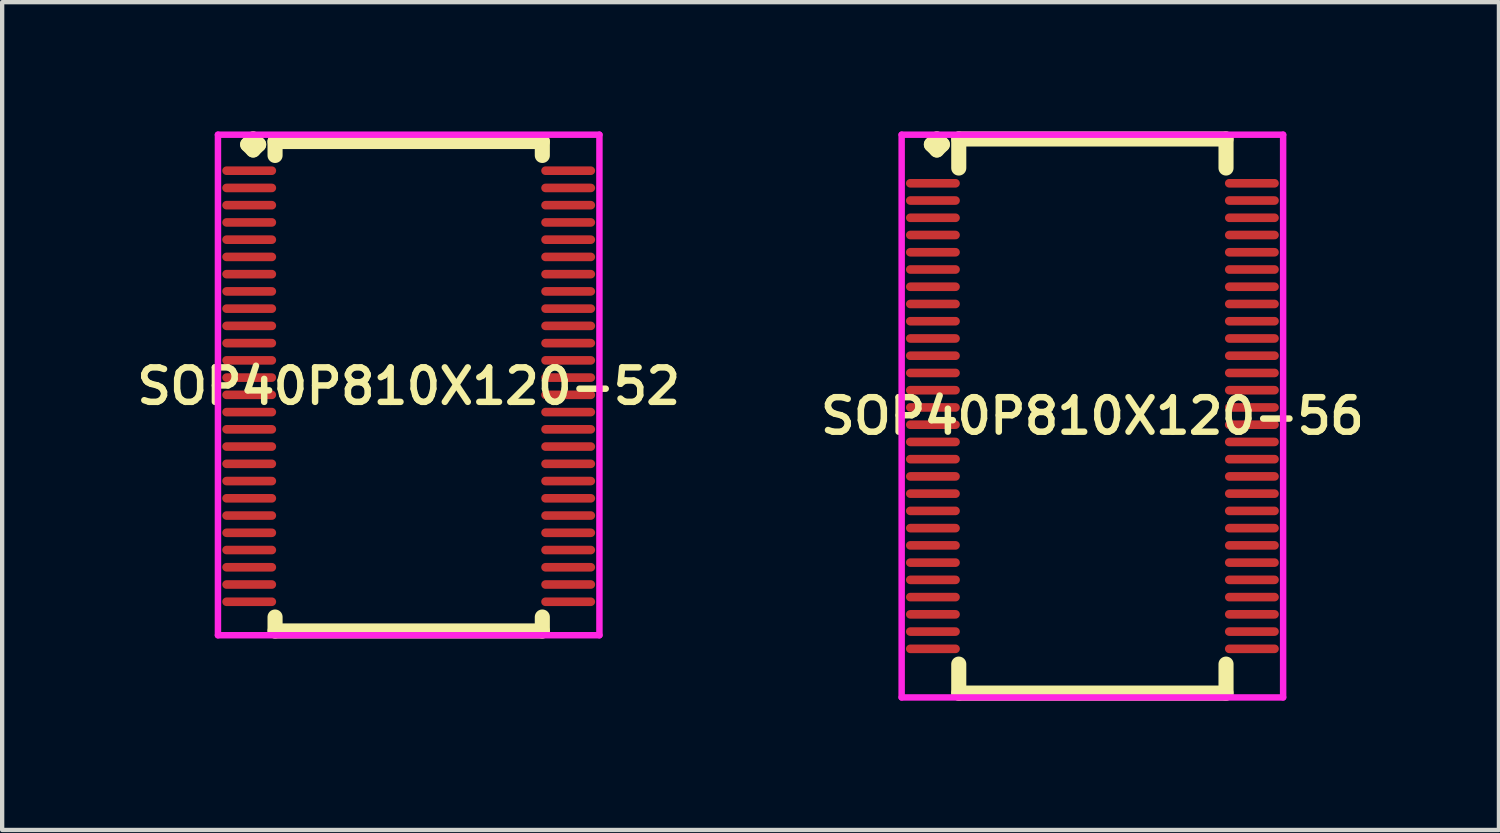
<source format=kicad_pcb>
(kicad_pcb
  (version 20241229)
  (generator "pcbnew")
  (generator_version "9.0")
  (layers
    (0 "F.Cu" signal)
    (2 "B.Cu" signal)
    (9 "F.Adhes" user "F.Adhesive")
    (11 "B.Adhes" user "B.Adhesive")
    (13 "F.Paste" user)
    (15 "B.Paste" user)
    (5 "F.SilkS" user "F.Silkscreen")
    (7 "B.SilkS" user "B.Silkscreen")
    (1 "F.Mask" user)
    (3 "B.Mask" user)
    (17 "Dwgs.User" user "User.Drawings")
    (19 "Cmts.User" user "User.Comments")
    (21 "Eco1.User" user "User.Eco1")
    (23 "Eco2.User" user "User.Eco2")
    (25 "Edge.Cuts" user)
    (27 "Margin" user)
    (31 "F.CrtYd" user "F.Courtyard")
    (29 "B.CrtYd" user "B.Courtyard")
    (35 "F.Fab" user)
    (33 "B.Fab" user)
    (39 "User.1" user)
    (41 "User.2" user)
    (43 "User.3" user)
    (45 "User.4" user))
  (footprint "SOP40P810X120-52"
    (layer "F.Cu")
    (at 6.431 5.91)
    (property "Reference" "SOP40P810X120-52" (at 0 0 0) (layer "F.SilkS") (effects (font (size 0.8 0.8) (thickness 0.15))))
    (attr smd)
    (fp_line (start -3.735 -5.608) (end -3.608 -5.735) (stroke (width 0.35) (type solid)) (layer "F.SilkS"))
    (fp_line (start -3.608 -5.735) (end -3.481 -5.608) (stroke (width 0.35) (type solid)) (layer "F.SilkS"))
    (fp_line (start -3.608 -5.481) (end -3.735 -5.608) (stroke (width 0.35) (type solid)) (layer "F.SilkS"))
    (fp_line (start -3.481 -5.608) (end -3.608 -5.481) (stroke (width 0.35) (type solid)) (layer "F.SilkS"))
    (fp_line (start -3.1 -5.677) (end 3.1 -5.677) (stroke (width 0.35) (type solid)) (layer "F.SilkS"))
    (fp_line (start -3.1 -5.354) (end -3.1 -5.677) (stroke (width 0.35) (type solid)) (layer "F.SilkS"))
    (fp_line (start -3.1 5.354) (end -3.1 5.677) (stroke (width 0.35) (type solid)) (layer "F.SilkS"))
    (fp_line (start -3.1 5.677) (end 3.1 5.677) (stroke (width 0.35) (type solid)) (layer "F.SilkS"))
    (fp_line (start 3.1 -5.677) (end 3.1 -5.354) (stroke (width 0.35) (type solid)) (layer "F.SilkS"))
    (fp_line (start 3.1 5.677) (end 3.1 5.354) (stroke (width 0.35) (type solid)) (layer "F.SilkS"))
    (fp_line (start -4.425 -5.835) (end 4.425 -5.835) (stroke (width 0.15) (type solid)) (layer "F.CrtYd"))
    (fp_line (start -4.425 5.777) (end -4.425 -5.835) (stroke (width 0.15) (type solid)) (layer "F.CrtYd"))
    (fp_line (start 4.425 -5.835) (end 4.425 5.777) (stroke (width 0.15) (type solid)) (layer "F.CrtYd"))
    (fp_line (start 4.425 5.777) (end -4.425 5.777) (stroke (width 0.15) (type solid)) (layer "F.CrtYd"))
    (pad "1" smd oval (at -3.7 -5) (size 1.25 0.2) (layers "F.Cu" "F.Mask" "F.Paste"))
    (pad "2" smd oval (at -3.7 -4.6) (size 1.25 0.2) (layers "F.Cu" "F.Mask" "F.Paste"))
    (pad "3" smd oval (at -3.7 -4.2) (size 1.25 0.2) (layers "F.Cu" "F.Mask" "F.Paste"))
    (pad "4" smd oval (at -3.7 -3.8) (size 1.25 0.2) (layers "F.Cu" "F.Mask" "F.Paste"))
    (pad "5" smd oval (at -3.7 -3.4) (size 1.25 0.2) (layers "F.Cu" "F.Mask" "F.Paste"))
    (pad "6" smd oval (at -3.7 -3) (size 1.25 0.2) (layers "F.Cu" "F.Mask" "F.Paste"))
    (pad "7" smd oval (at -3.7 -2.6) (size 1.25 0.2) (layers "F.Cu" "F.Mask" "F.Paste"))
    (pad "8" smd oval (at -3.7 -2.2) (size 1.25 0.2) (layers "F.Cu" "F.Mask" "F.Paste"))
    (pad "9" smd oval (at -3.7 -1.8) (size 1.25 0.2) (layers "F.Cu" "F.Mask" "F.Paste"))
    (pad "10" smd oval (at -3.7 -1.4) (size 1.25 0.2) (layers "F.Cu" "F.Mask" "F.Paste"))
    (pad "11" smd oval (at -3.7 -1) (size 1.25 0.2) (layers "F.Cu" "F.Mask" "F.Paste"))
    (pad "12" smd oval (at -3.7 -0.6) (size 1.25 0.2) (layers "F.Cu" "F.Mask" "F.Paste"))
    (pad "13" smd oval (at -3.7 -0.2) (size 1.25 0.2) (layers "F.Cu" "F.Mask" "F.Paste"))
    (pad "14" smd oval (at -3.7 0.2) (size 1.25 0.2) (layers "F.Cu" "F.Mask" "F.Paste"))
    (pad "15" smd oval (at -3.7 0.6) (size 1.25 0.2) (layers "F.Cu" "F.Mask" "F.Paste"))
    (pad "16" smd oval (at -3.7 1) (size 1.25 0.2) (layers "F.Cu" "F.Mask" "F.Paste"))
    (pad "17" smd oval (at -3.7 1.4) (size 1.25 0.2) (layers "F.Cu" "F.Mask" "F.Paste"))
    (pad "18" smd oval (at -3.7 1.8) (size 1.25 0.2) (layers "F.Cu" "F.Mask" "F.Paste"))
    (pad "19" smd oval (at -3.7 2.2) (size 1.25 0.2) (layers "F.Cu" "F.Mask" "F.Paste"))
    (pad "20" smd oval (at -3.7 2.6) (size 1.25 0.2) (layers "F.Cu" "F.Mask" "F.Paste"))
    (pad "21" smd oval (at -3.7 3) (size 1.25 0.2) (layers "F.Cu" "F.Mask" "F.Paste"))
    (pad "22" smd oval (at -3.7 3.4) (size 1.25 0.2) (layers "F.Cu" "F.Mask" "F.Paste"))
    (pad "23" smd oval (at -3.7 3.8) (size 1.25 0.2) (layers "F.Cu" "F.Mask" "F.Paste"))
    (pad "24" smd oval (at -3.7 4.2) (size 1.25 0.2) (layers "F.Cu" "F.Mask" "F.Paste"))
    (pad "25" smd oval (at -3.7 4.6) (size 1.25 0.2) (layers "F.Cu" "F.Mask" "F.Paste"))
    (pad "26" smd oval (at -3.7 5) (size 1.25 0.2) (layers "F.Cu" "F.Mask" "F.Paste"))
    (pad "27" smd oval (at 3.7 5) (size 1.25 0.2) (layers "F.Cu" "F.Mask" "F.Paste"))
    (pad "28" smd oval (at 3.7 4.6) (size 1.25 0.2) (layers "F.Cu" "F.Mask" "F.Paste"))
    (pad "29" smd oval (at 3.7 4.2) (size 1.25 0.2) (layers "F.Cu" "F.Mask" "F.Paste"))
    (pad "30" smd oval (at 3.7 3.8) (size 1.25 0.2) (layers "F.Cu" "F.Mask" "F.Paste"))
    (pad "31" smd oval (at 3.7 3.4) (size 1.25 0.2) (layers "F.Cu" "F.Mask" "F.Paste"))
    (pad "32" smd oval (at 3.7 3) (size 1.25 0.2) (layers "F.Cu" "F.Mask" "F.Paste"))
    (pad "33" smd oval (at 3.7 2.6) (size 1.25 0.2) (layers "F.Cu" "F.Mask" "F.Paste"))
    (pad "34" smd oval (at 3.7 2.2) (size 1.25 0.2) (layers "F.Cu" "F.Mask" "F.Paste"))
    (pad "35" smd oval (at 3.7 1.8) (size 1.25 0.2) (layers "F.Cu" "F.Mask" "F.Paste"))
    (pad "36" smd oval (at 3.7 1.4) (size 1.25 0.2) (layers "F.Cu" "F.Mask" "F.Paste"))
    (pad "37" smd oval (at 3.7 1) (size 1.25 0.2) (layers "F.Cu" "F.Mask" "F.Paste"))
    (pad "38" smd oval (at 3.7 0.6) (size 1.25 0.2) (layers "F.Cu" "F.Mask" "F.Paste"))
    (pad "39" smd oval (at 3.7 0.2) (size 1.25 0.2) (layers "F.Cu" "F.Mask" "F.Paste"))
    (pad "40" smd oval (at 3.7 -0.2) (size 1.25 0.2) (layers "F.Cu" "F.Mask" "F.Paste"))
    (pad "41" smd oval (at 3.7 -0.6) (size 1.25 0.2) (layers "F.Cu" "F.Mask" "F.Paste"))
    (pad "42" smd oval (at 3.7 -1) (size 1.25 0.2) (layers "F.Cu" "F.Mask" "F.Paste"))
    (pad "43" smd oval (at 3.7 -1.4) (size 1.25 0.2) (layers "F.Cu" "F.Mask" "F.Paste"))
    (pad "44" smd oval (at 3.7 -1.8) (size 1.25 0.2) (layers "F.Cu" "F.Mask" "F.Paste"))
    (pad "45" smd oval (at 3.7 -2.2) (size 1.25 0.2) (layers "F.Cu" "F.Mask" "F.Paste"))
    (pad "46" smd oval (at 3.7 -2.6) (size 1.25 0.2) (layers "F.Cu" "F.Mask" "F.Paste"))
    (pad "47" smd oval (at 3.7 -3) (size 1.25 0.2) (layers "F.Cu" "F.Mask" "F.Paste"))
    (pad "48" smd oval (at 3.7 -3.4) (size 1.25 0.2) (layers "F.Cu" "F.Mask" "F.Paste"))
    (pad "49" smd oval (at 3.7 -3.8) (size 1.25 0.2) (layers "F.Cu" "F.Mask" "F.Paste"))
    (pad "50" smd oval (at 3.7 -4.2) (size 1.25 0.2) (layers "F.Cu" "F.Mask" "F.Paste"))
    (pad "51" smd oval (at 3.7 -4.6) (size 1.25 0.2) (layers "F.Cu" "F.Mask" "F.Paste"))
    (pad "52" smd oval (at 3.7 -5) (size 1.25 0.2) (layers "F.Cu" "F.Mask" "F.Paste")))
  (footprint "SOP40P810X120-56"
    (layer "F.Cu")
    (at 22.292 6.602)
    (property "Reference" "SOP40P810X120-56" (at 0 0 0) (layer "F.SilkS") (effects (font (size 0.8 0.8) (thickness 0.15))))
    (attr smd)
    (fp_line (start -3.735 -6.3) (end -3.608 -6.427) (stroke (width 0.35) (type solid)) (layer "F.SilkS"))
    (fp_line (start -3.608 -6.427) (end -3.481 -6.3) (stroke (width 0.35) (type solid)) (layer "F.SilkS"))
    (fp_line (start -3.608 -6.173) (end -3.735 -6.3) (stroke (width 0.35) (type solid)) (layer "F.SilkS"))
    (fp_line (start -3.481 -6.3) (end -3.608 -6.173) (stroke (width 0.35) (type solid)) (layer "F.SilkS"))
    (fp_line (start -3.1 -6.427) (end 3.1 -6.427) (stroke (width 0.35) (type solid)) (layer "F.SilkS"))
    (fp_line (start -3.1 -5.754) (end -3.1 -6.427) (stroke (width 0.35) (type solid)) (layer "F.SilkS"))
    (fp_line (start -3.1 5.754) (end -3.1 6.427) (stroke (width 0.35) (type solid)) (layer "F.SilkS"))
    (fp_line (start -3.1 6.427) (end 3.1 6.427) (stroke (width 0.35) (type solid)) (layer "F.SilkS"))
    (fp_line (start 3.1 -6.427) (end 3.1 -5.754) (stroke (width 0.35) (type solid)) (layer "F.SilkS"))
    (fp_line (start 3.1 6.427) (end 3.1 5.754) (stroke (width 0.35) (type solid)) (layer "F.SilkS"))
    (fp_line (start -4.425 -6.527) (end 4.425 -6.527) (stroke (width 0.15) (type solid)) (layer "F.CrtYd"))
    (fp_line (start -4.425 6.527) (end -4.425 -6.527) (stroke (width 0.15) (type solid)) (layer "F.CrtYd"))
    (fp_line (start 4.425 -6.527) (end 4.425 6.527) (stroke (width 0.15) (type solid)) (layer "F.CrtYd"))
    (fp_line (start 4.425 6.527) (end -4.425 6.527) (stroke (width 0.15) (type solid)) (layer "F.CrtYd"))
    (pad "1" smd oval (at -3.7 -5.4) (size 1.25 0.2) (layers "F.Cu" "F.Mask" "F.Paste"))
    (pad "2" smd oval (at -3.7 -5) (size 1.25 0.2) (layers "F.Cu" "F.Mask" "F.Paste"))
    (pad "3" smd oval (at -3.7 -4.6) (size 1.25 0.2) (layers "F.Cu" "F.Mask" "F.Paste"))
    (pad "4" smd oval (at -3.7 -4.2) (size 1.25 0.2) (layers "F.Cu" "F.Mask" "F.Paste"))
    (pad "5" smd oval (at -3.7 -3.8) (size 1.25 0.2) (layers "F.Cu" "F.Mask" "F.Paste"))
    (pad "6" smd oval (at -3.7 -3.4) (size 1.25 0.2) (layers "F.Cu" "F.Mask" "F.Paste"))
    (pad "7" smd oval (at -3.7 -3) (size 1.25 0.2) (layers "F.Cu" "F.Mask" "F.Paste"))
    (pad "8" smd oval (at -3.7 -2.6) (size 1.25 0.2) (layers "F.Cu" "F.Mask" "F.Paste"))
    (pad "9" smd oval (at -3.7 -2.2) (size 1.25 0.2) (layers "F.Cu" "F.Mask" "F.Paste"))
    (pad "10" smd oval (at -3.7 -1.8) (size 1.25 0.2) (layers "F.Cu" "F.Mask" "F.Paste"))
    (pad "11" smd oval (at -3.7 -1.4) (size 1.25 0.2) (layers "F.Cu" "F.Mask" "F.Paste"))
    (pad "12" smd oval (at -3.7 -1) (size 1.25 0.2) (layers "F.Cu" "F.Mask" "F.Paste"))
    (pad "13" smd oval (at -3.7 -0.6) (size 1.25 0.2) (layers "F.Cu" "F.Mask" "F.Paste"))
    (pad "14" smd oval (at -3.7 -0.2) (size 1.25 0.2) (layers "F.Cu" "F.Mask" "F.Paste"))
    (pad "15" smd oval (at -3.7 0.2) (size 1.25 0.2) (layers "F.Cu" "F.Mask" "F.Paste"))
    (pad "16" smd oval (at -3.7 0.6) (size 1.25 0.2) (layers "F.Cu" "F.Mask" "F.Paste"))
    (pad "17" smd oval (at -3.7 1) (size 1.25 0.2) (layers "F.Cu" "F.Mask" "F.Paste"))
    (pad "18" smd oval (at -3.7 1.4) (size 1.25 0.2) (layers "F.Cu" "F.Mask" "F.Paste"))
    (pad "19" smd oval (at -3.7 1.8) (size 1.25 0.2) (layers "F.Cu" "F.Mask" "F.Paste"))
    (pad "20" smd oval (at -3.7 2.2) (size 1.25 0.2) (layers "F.Cu" "F.Mask" "F.Paste"))
    (pad "21" smd oval (at -3.7 2.6) (size 1.25 0.2) (layers "F.Cu" "F.Mask" "F.Paste"))
    (pad "22" smd oval (at -3.7 3) (size 1.25 0.2) (layers "F.Cu" "F.Mask" "F.Paste"))
    (pad "23" smd oval (at -3.7 3.4) (size 1.25 0.2) (layers "F.Cu" "F.Mask" "F.Paste"))
    (pad "24" smd oval (at -3.7 3.8) (size 1.25 0.2) (layers "F.Cu" "F.Mask" "F.Paste"))
    (pad "25" smd oval (at -3.7 4.2) (size 1.25 0.2) (layers "F.Cu" "F.Mask" "F.Paste"))
    (pad "26" smd oval (at -3.7 4.6) (size 1.25 0.2) (layers "F.Cu" "F.Mask" "F.Paste"))
    (pad "27" smd oval (at -3.7 5) (size 1.25 0.2) (layers "F.Cu" "F.Mask" "F.Paste"))
    (pad "28" smd oval (at -3.7 5.4) (size 1.25 0.2) (layers "F.Cu" "F.Mask" "F.Paste"))
    (pad "29" smd oval (at 3.7 5.4) (size 1.25 0.2) (layers "F.Cu" "F.Mask" "F.Paste"))
    (pad "30" smd oval (at 3.7 5) (size 1.25 0.2) (layers "F.Cu" "F.Mask" "F.Paste"))
    (pad "31" smd oval (at 3.7 4.6) (size 1.25 0.2) (layers "F.Cu" "F.Mask" "F.Paste"))
    (pad "32" smd oval (at 3.7 4.2) (size 1.25 0.2) (layers "F.Cu" "F.Mask" "F.Paste"))
    (pad "33" smd oval (at 3.7 3.8) (size 1.25 0.2) (layers "F.Cu" "F.Mask" "F.Paste"))
    (pad "34" smd oval (at 3.7 3.4) (size 1.25 0.2) (layers "F.Cu" "F.Mask" "F.Paste"))
    (pad "35" smd oval (at 3.7 3) (size 1.25 0.2) (layers "F.Cu" "F.Mask" "F.Paste"))
    (pad "36" smd oval (at 3.7 2.6) (size 1.25 0.2) (layers "F.Cu" "F.Mask" "F.Paste"))
    (pad "37" smd oval (at 3.7 2.2) (size 1.25 0.2) (layers "F.Cu" "F.Mask" "F.Paste"))
    (pad "38" smd oval (at 3.7 1.8) (size 1.25 0.2) (layers "F.Cu" "F.Mask" "F.Paste"))
    (pad "39" smd oval (at 3.7 1.4) (size 1.25 0.2) (layers "F.Cu" "F.Mask" "F.Paste"))
    (pad "40" smd oval (at 3.7 1) (size 1.25 0.2) (layers "F.Cu" "F.Mask" "F.Paste"))
    (pad "41" smd oval (at 3.7 0.6) (size 1.25 0.2) (layers "F.Cu" "F.Mask" "F.Paste"))
    (pad "42" smd oval (at 3.7 0.2) (size 1.25 0.2) (layers "F.Cu" "F.Mask" "F.Paste"))
    (pad "43" smd oval (at 3.7 -0.2) (size 1.25 0.2) (layers "F.Cu" "F.Mask" "F.Paste"))
    (pad "44" smd oval (at 3.7 -0.6) (size 1.25 0.2) (layers "F.Cu" "F.Mask" "F.Paste"))
    (pad "45" smd oval (at 3.7 -1) (size 1.25 0.2) (layers "F.Cu" "F.Mask" "F.Paste"))
    (pad "46" smd oval (at 3.7 -1.4) (size 1.25 0.2) (layers "F.Cu" "F.Mask" "F.Paste"))
    (pad "47" smd oval (at 3.7 -1.8) (size 1.25 0.2) (layers "F.Cu" "F.Mask" "F.Paste"))
    (pad "48" smd oval (at 3.7 -2.2) (size 1.25 0.2) (layers "F.Cu" "F.Mask" "F.Paste"))
    (pad "49" smd oval (at 3.7 -2.6) (size 1.25 0.2) (layers "F.Cu" "F.Mask" "F.Paste"))
    (pad "50" smd oval (at 3.7 -3) (size 1.25 0.2) (layers "F.Cu" "F.Mask" "F.Paste"))
    (pad "51" smd oval (at 3.7 -3.4) (size 1.25 0.2) (layers "F.Cu" "F.Mask" "F.Paste"))
    (pad "52" smd oval (at 3.7 -3.8) (size 1.25 0.2) (layers "F.Cu" "F.Mask" "F.Paste"))
    (pad "53" smd oval (at 3.7 -4.2) (size 1.25 0.2) (layers "F.Cu" "F.Mask" "F.Paste"))
    (pad "54" smd oval (at 3.7 -4.6) (size 1.25 0.2) (layers "F.Cu" "F.Mask" "F.Paste"))
    (pad "55" smd oval (at 3.7 -5) (size 1.25 0.2) (layers "F.Cu" "F.Mask" "F.Paste"))
    (pad "56" smd oval (at 3.7 -5.4) (size 1.25 0.2) (layers "F.Cu" "F.Mask" "F.Paste")))
  (gr_rect
    (start -3 -3)
    (end 31.723 16.204)
    (stroke (width 0.1) (type default))
    (fill no)
    (layer "Edge.Cuts")))
</source>
